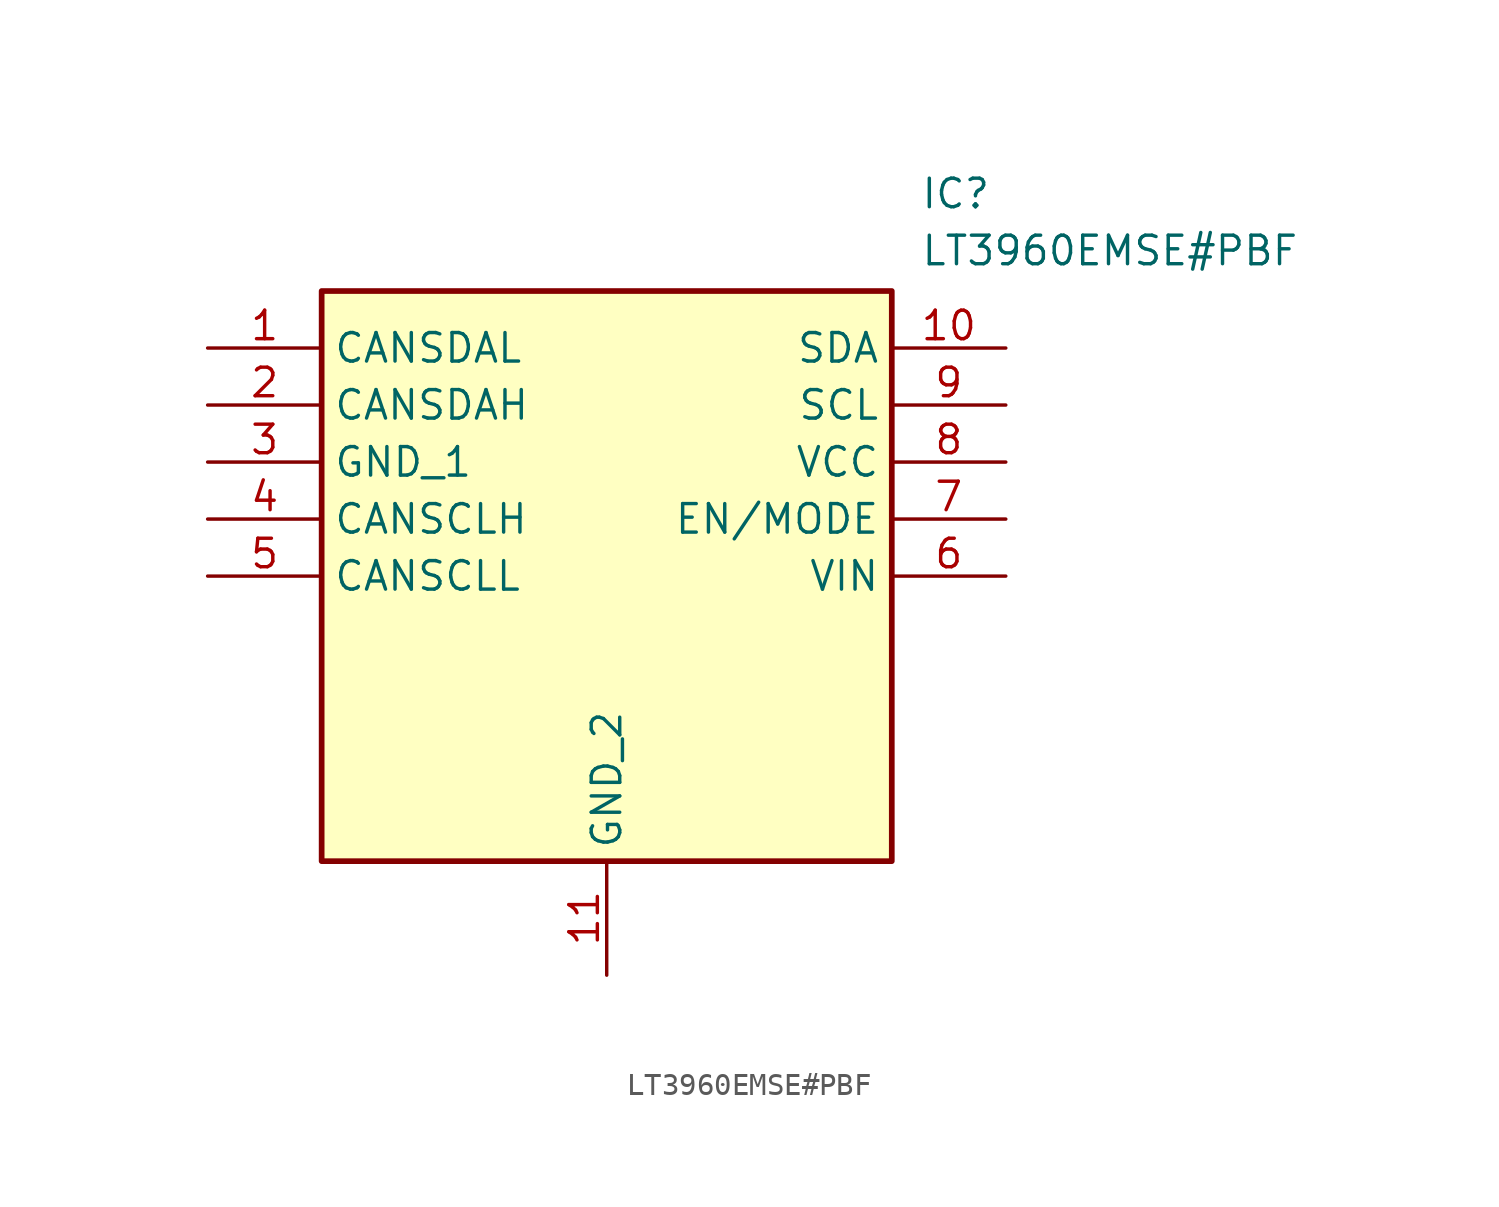
<source format=kicad_sym>
(kicad_symbol_lib
  (version 20211014)
  (generator SamacSys_ECAD_Model)
  (symbol "LT3960EMSE#PBF"
    (property "Reference" "IC"
      (at 31.75 7.62 0)
      (effects (font (size 1.27 1.27)) (justify left top)))
    (property "Value" "LT3960EMSE#PBF"
      (at 31.75 5.08 0)
      (effects (font (size 1.27 1.27)) (justify left top)))
    (rectangle
      (start 5.08 2.54)
      (end 30.48 -22.86)
      (stroke (width 0.254) (type default))
      (fill (type background)))
    (pin passive line
      (at 0 0 0)
      (length 5.08)
      (name "CANSDAL" (effects (font (size 1.27 1.27))))
      (number "1" (effects (font (size 1.27 1.27)))))
    (pin passive line
      (at 0 -2.54 0)
      (length 5.08)
      (name "CANSDAH" (effects (font (size 1.27 1.27))))
      (number "2" (effects (font (size 1.27 1.27)))))
    (pin passive line
      (at 0 -5.08 0)
      (length 5.08)
      (name "GND_1" (effects (font (size 1.27 1.27))))
      (number "3" (effects (font (size 1.27 1.27)))))
    (pin passive line
      (at 0 -7.62 0)
      (length 5.08)
      (name "CANSCLH" (effects (font (size 1.27 1.27))))
      (number "4" (effects (font (size 1.27 1.27)))))
    (pin passive line
      (at 0 -10.16 0)
      (length 5.08)
      (name "CANSCLL" (effects (font (size 1.27 1.27))))
      (number "5" (effects (font (size 1.27 1.27)))))
    (pin passive line
      (at 17.78 -27.94 90)
      (length 5.08)
      (name "GND_2" (effects (font (size 1.27 1.27))))
      (number "11" (effects (font (size 1.27 1.27)))))
    (pin passive line
      (at 35.56 0 180)
      (length 5.08)
      (name "SDA" (effects (font (size 1.27 1.27))))
      (number "10" (effects (font (size 1.27 1.27)))))
    (pin passive line
      (at 35.56 -2.54 180)
      (length 5.08)
      (name "SCL" (effects (font (size 1.27 1.27))))
      (number "9" (effects (font (size 1.27 1.27)))))
    (pin passive line
      (at 35.56 -5.08 180)
      (length 5.08)
      (name "VCC" (effects (font (size 1.27 1.27))))
      (number "8" (effects (font (size 1.27 1.27)))))
    (pin passive line
      (at 35.56 -7.62 180)
      (length 5.08)
      (name "EN/MODE" (effects (font (size 1.27 1.27))))
      (number "7" (effects (font (size 1.27 1.27)))))
    (pin passive line
      (at 35.56 -10.16 180)
      (length 5.08)
      (name "VIN" (effects (font (size 1.27 1.27))))
      (number "6" (effects (font (size 1.27 1.27)))))))
</source>
